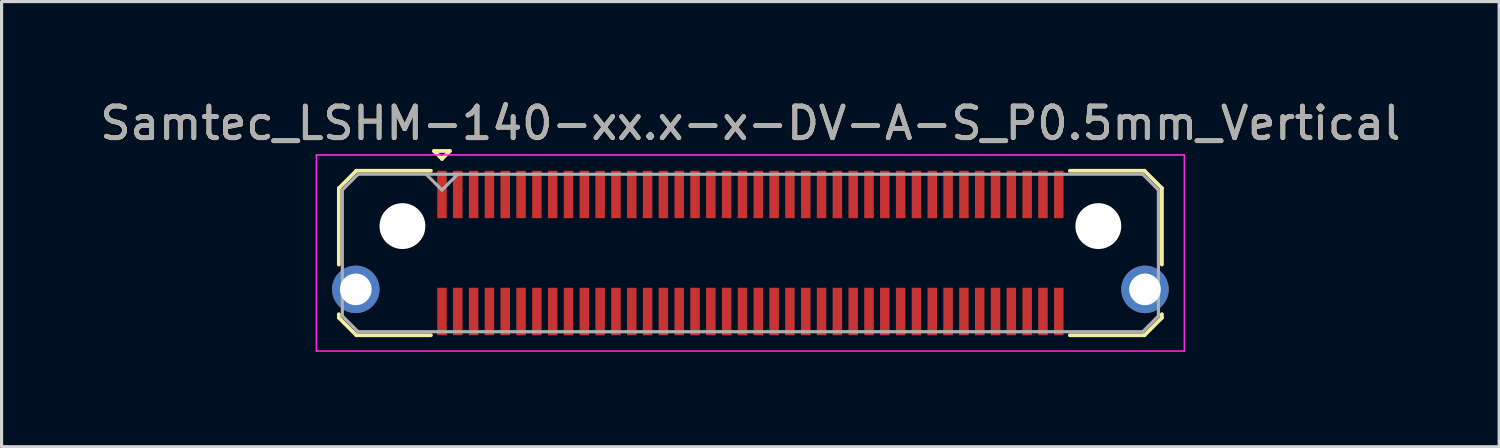
<source format=kicad_pcb>
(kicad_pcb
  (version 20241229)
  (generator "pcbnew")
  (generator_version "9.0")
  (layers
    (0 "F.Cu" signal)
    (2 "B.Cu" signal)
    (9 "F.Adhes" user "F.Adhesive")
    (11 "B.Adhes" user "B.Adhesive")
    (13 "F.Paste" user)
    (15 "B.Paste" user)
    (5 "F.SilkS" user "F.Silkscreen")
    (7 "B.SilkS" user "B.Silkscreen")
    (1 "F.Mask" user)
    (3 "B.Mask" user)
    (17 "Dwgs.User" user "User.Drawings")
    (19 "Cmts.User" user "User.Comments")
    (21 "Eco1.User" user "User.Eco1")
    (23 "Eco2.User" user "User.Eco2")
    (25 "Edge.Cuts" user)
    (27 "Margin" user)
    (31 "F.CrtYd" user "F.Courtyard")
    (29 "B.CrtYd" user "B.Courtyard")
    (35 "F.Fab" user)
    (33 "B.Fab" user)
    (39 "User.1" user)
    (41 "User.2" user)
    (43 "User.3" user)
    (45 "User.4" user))
  (footprint "Samtec_LSHM-140-xx.x-x-DV-A-S_P0.5mm_Vertical"
    (layer "F.Cu")
    (at 20.673 4.948)
    (property "Reference" "Samtec_LSHM-140-xx.x-x-DV-A-S_P0.5mm_Vertical" (at 0 -4.1 0) (layer "F.SilkS") (effects (font (size 1 1) (thickness 0.15))))
    (attr smd)
    (fp_line (start -13.01 -2.047) (end -13.01 0.365) (stroke (width 0.12) (type solid)) (layer "F.SilkS"))
    (fp_line (start -13.01 1.935) (end -13.01 2.047) (stroke (width 0.12) (type solid)) (layer "F.SilkS"))
    (fp_line (start -13.01 2.047) (end -12.457 2.6) (stroke (width 0.12) (type solid)) (layer "F.SilkS"))
    (fp_line (start -12.457 -2.6) (end -13.01 -2.047) (stroke (width 0.12) (type solid)) (layer "F.SilkS"))
    (fp_line (start -12.457 2.6) (end -10.1 2.6) (stroke (width 0.12) (type solid)) (layer "F.SilkS"))
    (fp_line (start -10.1 -2.6) (end -12.457 -2.6) (stroke (width 0.12) (type solid)) (layer "F.SilkS"))
    (fp_line (start -10 -3.225) (end -9.5 -3.225) (stroke (width 0.12) (type solid)) (layer "F.SilkS"))
    (fp_line (start -9.75 -2.975) (end -10 -3.225) (stroke (width 0.12) (type solid)) (layer "F.SilkS"))
    (fp_line (start -9.5 -3.225) (end -9.75 -2.975) (stroke (width 0.12) (type solid)) (layer "F.SilkS"))
    (fp_line (start 10.1 -2.6) (end 12.457 -2.6) (stroke (width 0.12) (type solid)) (layer "F.SilkS"))
    (fp_line (start 12.457 -2.6) (end 13.01 -2.047) (stroke (width 0.12) (type solid)) (layer "F.SilkS"))
    (fp_line (start 12.457 2.6) (end 10.1 2.6) (stroke (width 0.12) (type solid)) (layer "F.SilkS"))
    (fp_line (start 13.01 -2.047) (end 13.01 0.365) (stroke (width 0.12) (type solid)) (layer "F.SilkS"))
    (fp_line (start 13.01 1.935) (end 13.01 2.047) (stroke (width 0.12) (type solid)) (layer "F.SilkS"))
    (fp_line (start 13.01 2.047) (end 12.457 2.6) (stroke (width 0.12) (type solid)) (layer "F.SilkS"))
    (fp_line (start -13.72 -3.1) (end -13.72 3.1) (stroke (width 0.05) (type solid)) (layer "F.CrtYd"))
    (fp_line (start -13.72 3.1) (end 13.72 3.1) (stroke (width 0.05) (type solid)) (layer "F.CrtYd"))
    (fp_line (start 13.72 -3.1) (end -13.72 -3.1) (stroke (width 0.05) (type solid)) (layer "F.CrtYd"))
    (fp_line (start 13.72 3.1) (end 13.72 -3.1) (stroke (width 0.05) (type solid)) (layer "F.CrtYd"))
    (fp_line (start -12.9 -1.992) (end -12.9 1.992) (stroke (width 0.1) (type solid)) (layer "F.Fab"))
    (fp_line (start -12.9 1.992) (end -12.402 2.49) (stroke (width 0.1) (type solid)) (layer "F.Fab"))
    (fp_line (start -12.402 -2.49) (end -12.9 -1.992) (stroke (width 0.1) (type solid)) (layer "F.Fab"))
    (fp_line (start -12.402 2.49) (end 12.402 2.49) (stroke (width 0.1) (type solid)) (layer "F.Fab"))
    (fp_line (start -9.75 -1.99) (end -10.25 -2.49) (stroke (width 0.1) (type solid)) (layer "F.Fab"))
    (fp_line (start -9.25 -2.49) (end -9.75 -1.99) (stroke (width 0.1) (type solid)) (layer "F.Fab"))
    (fp_line (start 12.402 -2.49) (end -12.402 -2.49) (stroke (width 0.1) (type solid)) (layer "F.Fab"))
    (fp_line (start 12.402 2.49) (end 12.9 1.992) (stroke (width 0.1) (type solid)) (layer "F.Fab"))
    (fp_line (start 12.9 -1.992) (end 12.402 -2.49) (stroke (width 0.1) (type solid)) (layer "F.Fab"))
    (fp_line (start 12.9 1.992) (end 12.9 -1.992) (stroke (width 0.1) (type solid)) (layer "F.Fab"))
    (fp_text user "${REFERENCE}" (at 0 -4.1 0) (layer "F.Fab") (effects (font (size 1 1) (thickness 0.15))))
    (pad "" np_thru_hole circle (at -11 -0.85) (size 1.45 1.45) (drill 1.45) (layers "*.Cu" "*.Mask"))
    (pad "" np_thru_hole circle (at 11 -0.85) (size 1.45 1.45) (drill 1.45) (layers "*.Cu" "*.Mask"))
    (pad "1" smd rect (at -9.75 -1.85) (size 0.3 1.5) (layers "F.Cu" "F.Mask" "F.Paste"))
    (pad "2" smd rect (at -9.75 1.85) (size 0.3 1.5) (layers "F.Cu" "F.Mask" "F.Paste"))
    (pad "3" smd rect (at -9.25 -1.85) (size 0.3 1.5) (layers "F.Cu" "F.Mask" "F.Paste"))
    (pad "4" smd rect (at -9.25 1.85) (size 0.3 1.5) (layers "F.Cu" "F.Mask" "F.Paste"))
    (pad "5" smd rect (at -8.75 -1.85) (size 0.3 1.5) (layers "F.Cu" "F.Mask" "F.Paste"))
    (pad "6" smd rect (at -8.75 1.85) (size 0.3 1.5) (layers "F.Cu" "F.Mask" "F.Paste"))
    (pad "7" smd rect (at -8.25 -1.85) (size 0.3 1.5) (layers "F.Cu" "F.Mask" "F.Paste"))
    (pad "8" smd rect (at -8.25 1.85) (size 0.3 1.5) (layers "F.Cu" "F.Mask" "F.Paste"))
    (pad "9" smd rect (at -7.75 -1.85) (size 0.3 1.5) (layers "F.Cu" "F.Mask" "F.Paste"))
    (pad "10" smd rect (at -7.75 1.85) (size 0.3 1.5) (layers "F.Cu" "F.Mask" "F.Paste"))
    (pad "11" smd rect (at -7.25 -1.85) (size 0.3 1.5) (layers "F.Cu" "F.Mask" "F.Paste"))
    (pad "12" smd rect (at -7.25 1.85) (size 0.3 1.5) (layers "F.Cu" "F.Mask" "F.Paste"))
    (pad "13" smd rect (at -6.75 -1.85) (size 0.3 1.5) (layers "F.Cu" "F.Mask" "F.Paste"))
    (pad "14" smd rect (at -6.75 1.85) (size 0.3 1.5) (layers "F.Cu" "F.Mask" "F.Paste"))
    (pad "15" smd rect (at -6.25 -1.85) (size 0.3 1.5) (layers "F.Cu" "F.Mask" "F.Paste"))
    (pad "16" smd rect (at -6.25 1.85) (size 0.3 1.5) (layers "F.Cu" "F.Mask" "F.Paste"))
    (pad "17" smd rect (at -5.75 -1.85) (size 0.3 1.5) (layers "F.Cu" "F.Mask" "F.Paste"))
    (pad "18" smd rect (at -5.75 1.85) (size 0.3 1.5) (layers "F.Cu" "F.Mask" "F.Paste"))
    (pad "19" smd rect (at -5.25 -1.85) (size 0.3 1.5) (layers "F.Cu" "F.Mask" "F.Paste"))
    (pad "20" smd rect (at -5.25 1.85) (size 0.3 1.5) (layers "F.Cu" "F.Mask" "F.Paste"))
    (pad "21" smd rect (at -4.75 -1.85) (size 0.3 1.5) (layers "F.Cu" "F.Mask" "F.Paste"))
    (pad "22" smd rect (at -4.75 1.85) (size 0.3 1.5) (layers "F.Cu" "F.Mask" "F.Paste"))
    (pad "23" smd rect (at -4.25 -1.85) (size 0.3 1.5) (layers "F.Cu" "F.Mask" "F.Paste"))
    (pad "24" smd rect (at -4.25 1.85) (size 0.3 1.5) (layers "F.Cu" "F.Mask" "F.Paste"))
    (pad "25" smd rect (at -3.75 -1.85) (size 0.3 1.5) (layers "F.Cu" "F.Mask" "F.Paste"))
    (pad "26" smd rect (at -3.75 1.85) (size 0.3 1.5) (layers "F.Cu" "F.Mask" "F.Paste"))
    (pad "27" smd rect (at -3.25 -1.85) (size 0.3 1.5) (layers "F.Cu" "F.Mask" "F.Paste"))
    (pad "28" smd rect (at -3.25 1.85) (size 0.3 1.5) (layers "F.Cu" "F.Mask" "F.Paste"))
    (pad "29" smd rect (at -2.75 -1.85) (size 0.3 1.5) (layers "F.Cu" "F.Mask" "F.Paste"))
    (pad "30" smd rect (at -2.75 1.85) (size 0.3 1.5) (layers "F.Cu" "F.Mask" "F.Paste"))
    (pad "31" smd rect (at -2.25 -1.85) (size 0.3 1.5) (layers "F.Cu" "F.Mask" "F.Paste"))
    (pad "32" smd rect (at -2.25 1.85) (size 0.3 1.5) (layers "F.Cu" "F.Mask" "F.Paste"))
    (pad "33" smd rect (at -1.75 -1.85) (size 0.3 1.5) (layers "F.Cu" "F.Mask" "F.Paste"))
    (pad "34" smd rect (at -1.75 1.85) (size 0.3 1.5) (layers "F.Cu" "F.Mask" "F.Paste"))
    (pad "35" smd rect (at -1.25 -1.85) (size 0.3 1.5) (layers "F.Cu" "F.Mask" "F.Paste"))
    (pad "36" smd rect (at -1.25 1.85) (size 0.3 1.5) (layers "F.Cu" "F.Mask" "F.Paste"))
    (pad "37" smd rect (at -0.75 -1.85) (size 0.3 1.5) (layers "F.Cu" "F.Mask" "F.Paste"))
    (pad "38" smd rect (at -0.75 1.85) (size 0.3 1.5) (layers "F.Cu" "F.Mask" "F.Paste"))
    (pad "39" smd rect (at -0.25 -1.85) (size 0.3 1.5) (layers "F.Cu" "F.Mask" "F.Paste"))
    (pad "40" smd rect (at -0.25 1.85) (size 0.3 1.5) (layers "F.Cu" "F.Mask" "F.Paste"))
    (pad "41" smd rect (at 0.25 -1.85) (size 0.3 1.5) (layers "F.Cu" "F.Mask" "F.Paste"))
    (pad "42" smd rect (at 0.25 1.85) (size 0.3 1.5) (layers "F.Cu" "F.Mask" "F.Paste"))
    (pad "43" smd rect (at 0.75 -1.85) (size 0.3 1.5) (layers "F.Cu" "F.Mask" "F.Paste"))
    (pad "44" smd rect (at 0.75 1.85) (size 0.3 1.5) (layers "F.Cu" "F.Mask" "F.Paste"))
    (pad "45" smd rect (at 1.25 -1.85) (size 0.3 1.5) (layers "F.Cu" "F.Mask" "F.Paste"))
    (pad "46" smd rect (at 1.25 1.85) (size 0.3 1.5) (layers "F.Cu" "F.Mask" "F.Paste"))
    (pad "47" smd rect (at 1.75 -1.85) (size 0.3 1.5) (layers "F.Cu" "F.Mask" "F.Paste"))
    (pad "48" smd rect (at 1.75 1.85) (size 0.3 1.5) (layers "F.Cu" "F.Mask" "F.Paste"))
    (pad "49" smd rect (at 2.25 -1.85) (size 0.3 1.5) (layers "F.Cu" "F.Mask" "F.Paste"))
    (pad "50" smd rect (at 2.25 1.85) (size 0.3 1.5) (layers "F.Cu" "F.Mask" "F.Paste"))
    (pad "51" smd rect (at 2.75 -1.85) (size 0.3 1.5) (layers "F.Cu" "F.Mask" "F.Paste"))
    (pad "52" smd rect (at 2.75 1.85) (size 0.3 1.5) (layers "F.Cu" "F.Mask" "F.Paste"))
    (pad "53" smd rect (at 3.25 -1.85) (size 0.3 1.5) (layers "F.Cu" "F.Mask" "F.Paste"))
    (pad "54" smd rect (at 3.25 1.85) (size 0.3 1.5) (layers "F.Cu" "F.Mask" "F.Paste"))
    (pad "55" smd rect (at 3.75 -1.85) (size 0.3 1.5) (layers "F.Cu" "F.Mask" "F.Paste"))
    (pad "56" smd rect (at 3.75 1.85) (size 0.3 1.5) (layers "F.Cu" "F.Mask" "F.Paste"))
    (pad "57" smd rect (at 4.25 -1.85) (size 0.3 1.5) (layers "F.Cu" "F.Mask" "F.Paste"))
    (pad "58" smd rect (at 4.25 1.85) (size 0.3 1.5) (layers "F.Cu" "F.Mask" "F.Paste"))
    (pad "59" smd rect (at 4.75 -1.85) (size 0.3 1.5) (layers "F.Cu" "F.Mask" "F.Paste"))
    (pad "60" smd rect (at 4.75 1.85) (size 0.3 1.5) (layers "F.Cu" "F.Mask" "F.Paste"))
    (pad "61" smd rect (at 5.25 -1.85) (size 0.3 1.5) (layers "F.Cu" "F.Mask" "F.Paste"))
    (pad "62" smd rect (at 5.25 1.85) (size 0.3 1.5) (layers "F.Cu" "F.Mask" "F.Paste"))
    (pad "63" smd rect (at 5.75 -1.85) (size 0.3 1.5) (layers "F.Cu" "F.Mask" "F.Paste"))
    (pad "64" smd rect (at 5.75 1.85) (size 0.3 1.5) (layers "F.Cu" "F.Mask" "F.Paste"))
    (pad "65" smd rect (at 6.25 -1.85) (size 0.3 1.5) (layers "F.Cu" "F.Mask" "F.Paste"))
    (pad "66" smd rect (at 6.25 1.85) (size 0.3 1.5) (layers "F.Cu" "F.Mask" "F.Paste"))
    (pad "67" smd rect (at 6.75 -1.85) (size 0.3 1.5) (layers "F.Cu" "F.Mask" "F.Paste"))
    (pad "68" smd rect (at 6.75 1.85) (size 0.3 1.5) (layers "F.Cu" "F.Mask" "F.Paste"))
    (pad "69" smd rect (at 7.25 -1.85) (size 0.3 1.5) (layers "F.Cu" "F.Mask" "F.Paste"))
    (pad "70" smd rect (at 7.25 1.85) (size 0.3 1.5) (layers "F.Cu" "F.Mask" "F.Paste"))
    (pad "71" smd rect (at 7.75 -1.85) (size 0.3 1.5) (layers "F.Cu" "F.Mask" "F.Paste"))
    (pad "72" smd rect (at 7.75 1.85) (size 0.3 1.5) (layers "F.Cu" "F.Mask" "F.Paste"))
    (pad "73" smd rect (at 8.25 -1.85) (size 0.3 1.5) (layers "F.Cu" "F.Mask" "F.Paste"))
    (pad "74" smd rect (at 8.25 1.85) (size 0.3 1.5) (layers "F.Cu" "F.Mask" "F.Paste"))
    (pad "75" smd rect (at 8.75 -1.85) (size 0.3 1.5) (layers "F.Cu" "F.Mask" "F.Paste"))
    (pad "76" smd rect (at 8.75 1.85) (size 0.3 1.5) (layers "F.Cu" "F.Mask" "F.Paste"))
    (pad "77" smd rect (at 9.25 -1.85) (size 0.3 1.5) (layers "F.Cu" "F.Mask" "F.Paste"))
    (pad "78" smd rect (at 9.25 1.85) (size 0.3 1.5) (layers "F.Cu" "F.Mask" "F.Paste"))
    (pad "79" smd rect (at 9.75 -1.85) (size 0.3 1.5) (layers "F.Cu" "F.Mask" "F.Paste"))
    (pad "80" smd rect (at 9.75 1.85) (size 0.3 1.5) (layers "F.Cu" "F.Mask" "F.Paste"))
    (pad "SH" thru_hole circle (at -12.475 1.15) (size 1.5 1.5) (drill 1) (layers "*.Cu" "*.Mask"))
    (pad "SH" thru_hole circle (at 12.475 1.15) (size 1.5 1.5) (drill 1) (layers "*.Cu" "*.Mask")))
  (gr_rect
    (start -3 -3)
    (end 44.345 11.073)
    (stroke (width 0.1) (type default))
    (fill no)
    (layer "Edge.Cuts")))
</source>
